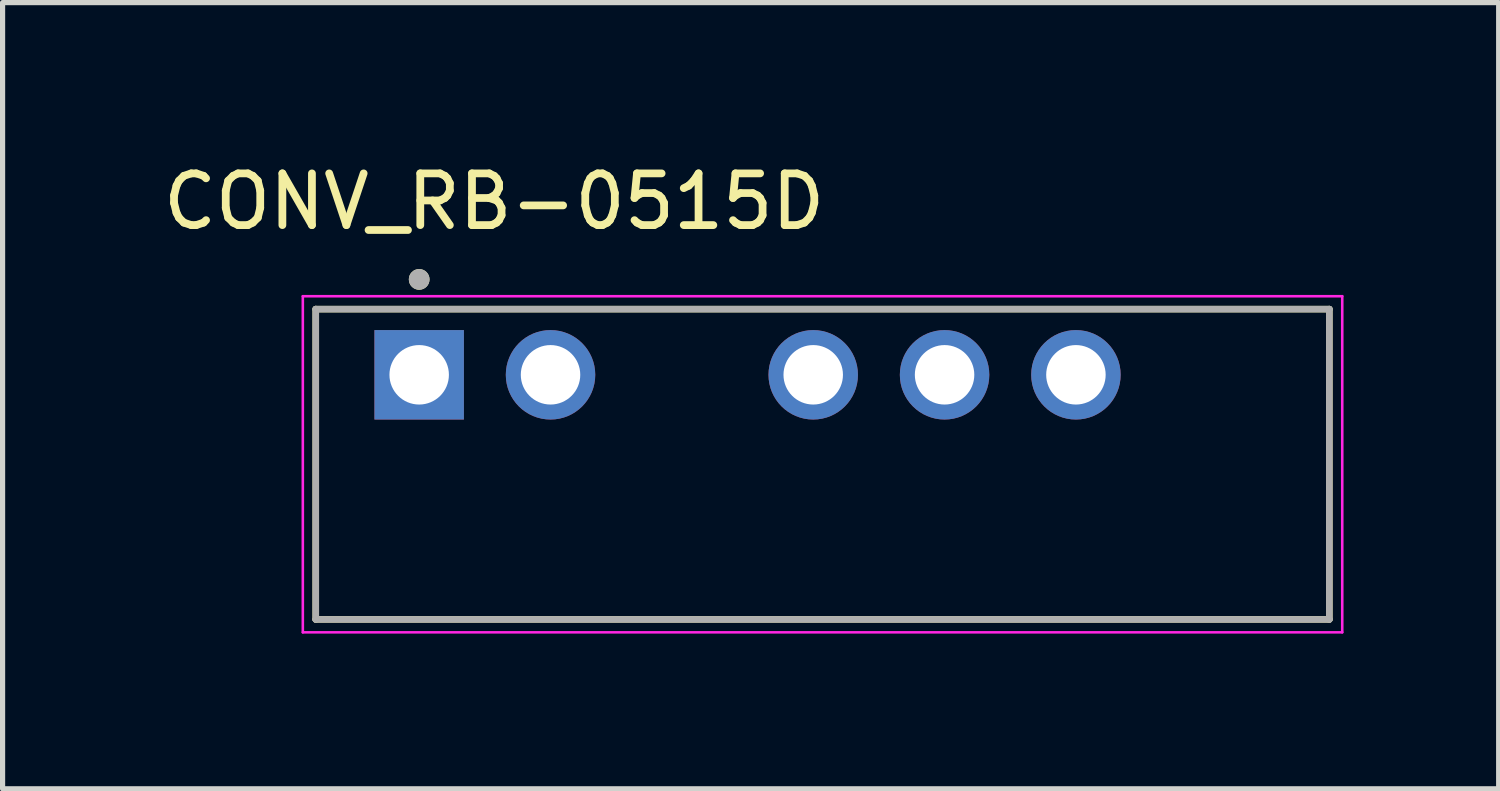
<source format=kicad_pcb>
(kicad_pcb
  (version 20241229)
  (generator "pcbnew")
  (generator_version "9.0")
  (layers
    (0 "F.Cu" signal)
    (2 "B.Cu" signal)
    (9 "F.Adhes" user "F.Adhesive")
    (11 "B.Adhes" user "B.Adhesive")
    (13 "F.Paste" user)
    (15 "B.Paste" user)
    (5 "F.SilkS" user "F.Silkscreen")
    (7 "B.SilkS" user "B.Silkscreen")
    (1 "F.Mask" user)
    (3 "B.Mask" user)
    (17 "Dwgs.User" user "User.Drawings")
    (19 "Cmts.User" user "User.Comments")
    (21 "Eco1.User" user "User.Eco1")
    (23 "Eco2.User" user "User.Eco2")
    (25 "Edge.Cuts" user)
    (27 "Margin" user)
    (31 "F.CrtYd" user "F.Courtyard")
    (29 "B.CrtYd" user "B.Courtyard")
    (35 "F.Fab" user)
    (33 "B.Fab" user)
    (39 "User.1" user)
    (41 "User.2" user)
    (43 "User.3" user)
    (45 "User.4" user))
  (footprint "CONV_RB-0515D"
    (layer "F.Cu")
    (at 12.856 5.928)
    (property "Reference" "CONV_RB-0515D" (at -6.35 -5.08 0) (layer "F.SilkS") (effects (font (size 1 1) (thickness 0.15))))
    (attr through_hole)
    (fp_line (start -9.8 -3) (end -9.8 3) (stroke (width 0.127) (type solid)) (layer "F.SilkS"))
    (fp_line (start -9.8 -3) (end 9.8 -3) (stroke (width 0.127) (type solid)) (layer "F.SilkS"))
    (fp_line (start 9.8 3) (end -9.8 3) (stroke (width 0.127) (type solid)) (layer "F.SilkS"))
    (fp_line (start 9.8 3) (end 9.8 -3) (stroke (width 0.127) (type solid)) (layer "F.SilkS"))
    (fp_circle (center -7.8 -3.575) (end -7.7 -3.575) (stroke (width 0.2) (type solid)) (fill no) (layer "F.SilkS"))
    (fp_line (start -10.05 -3.25) (end -10.05 3.25) (stroke (width 0.05) (type solid)) (layer "F.CrtYd"))
    (fp_line (start -10.05 -3.25) (end 10.05 -3.25) (stroke (width 0.05) (type solid)) (layer "F.CrtYd"))
    (fp_line (start 10.05 3.25) (end -10.05 3.25) (stroke (width 0.05) (type solid)) (layer "F.CrtYd"))
    (fp_line (start 10.05 3.25) (end 10.05 -3.25) (stroke (width 0.05) (type solid)) (layer "F.CrtYd"))
    (fp_line (start -9.8 -3) (end -9.8 3) (stroke (width 0.127) (type solid)) (layer "F.Fab"))
    (fp_line (start -9.8 -3) (end 9.8 -3) (stroke (width 0.127) (type solid)) (layer "F.Fab"))
    (fp_line (start 9.8 3) (end -9.8 3) (stroke (width 0.127) (type solid)) (layer "F.Fab"))
    (fp_line (start 9.8 3) (end 9.8 -3) (stroke (width 0.127) (type solid)) (layer "F.Fab"))
    (fp_circle (center -7.8 -3.575) (end -7.7 -3.575) (stroke (width 0.2) (type solid)) (fill no) (layer "F.Fab"))
    (pad "1" thru_hole rect (at -7.8 -1.73) (size 1.73 1.73) (drill 1.15) (layers "*.Cu" "*.Mask"))
    (pad "2" thru_hole circle (at -5.26 -1.73) (size 1.73 1.73) (drill 1.15) (layers "*.Cu" "*.Mask"))
    (pad "4" thru_hole circle (at -0.18 -1.73) (size 1.73 1.73) (drill 1.15) (layers "*.Cu" "*.Mask"))
    (pad "5" thru_hole circle (at 2.36 -1.73) (size 1.73 1.73) (drill 1.15) (layers "*.Cu" "*.Mask"))
    (pad "6" thru_hole circle (at 4.9 -1.73) (size 1.73 1.73) (drill 1.15) (layers "*.Cu" "*.Mask")))
  (gr_rect
    (start -3 -3)
    (end 25.931 12.203)
    (stroke (width 0.1) (type default))
    (fill no)
    (layer "Edge.Cuts")))
</source>
